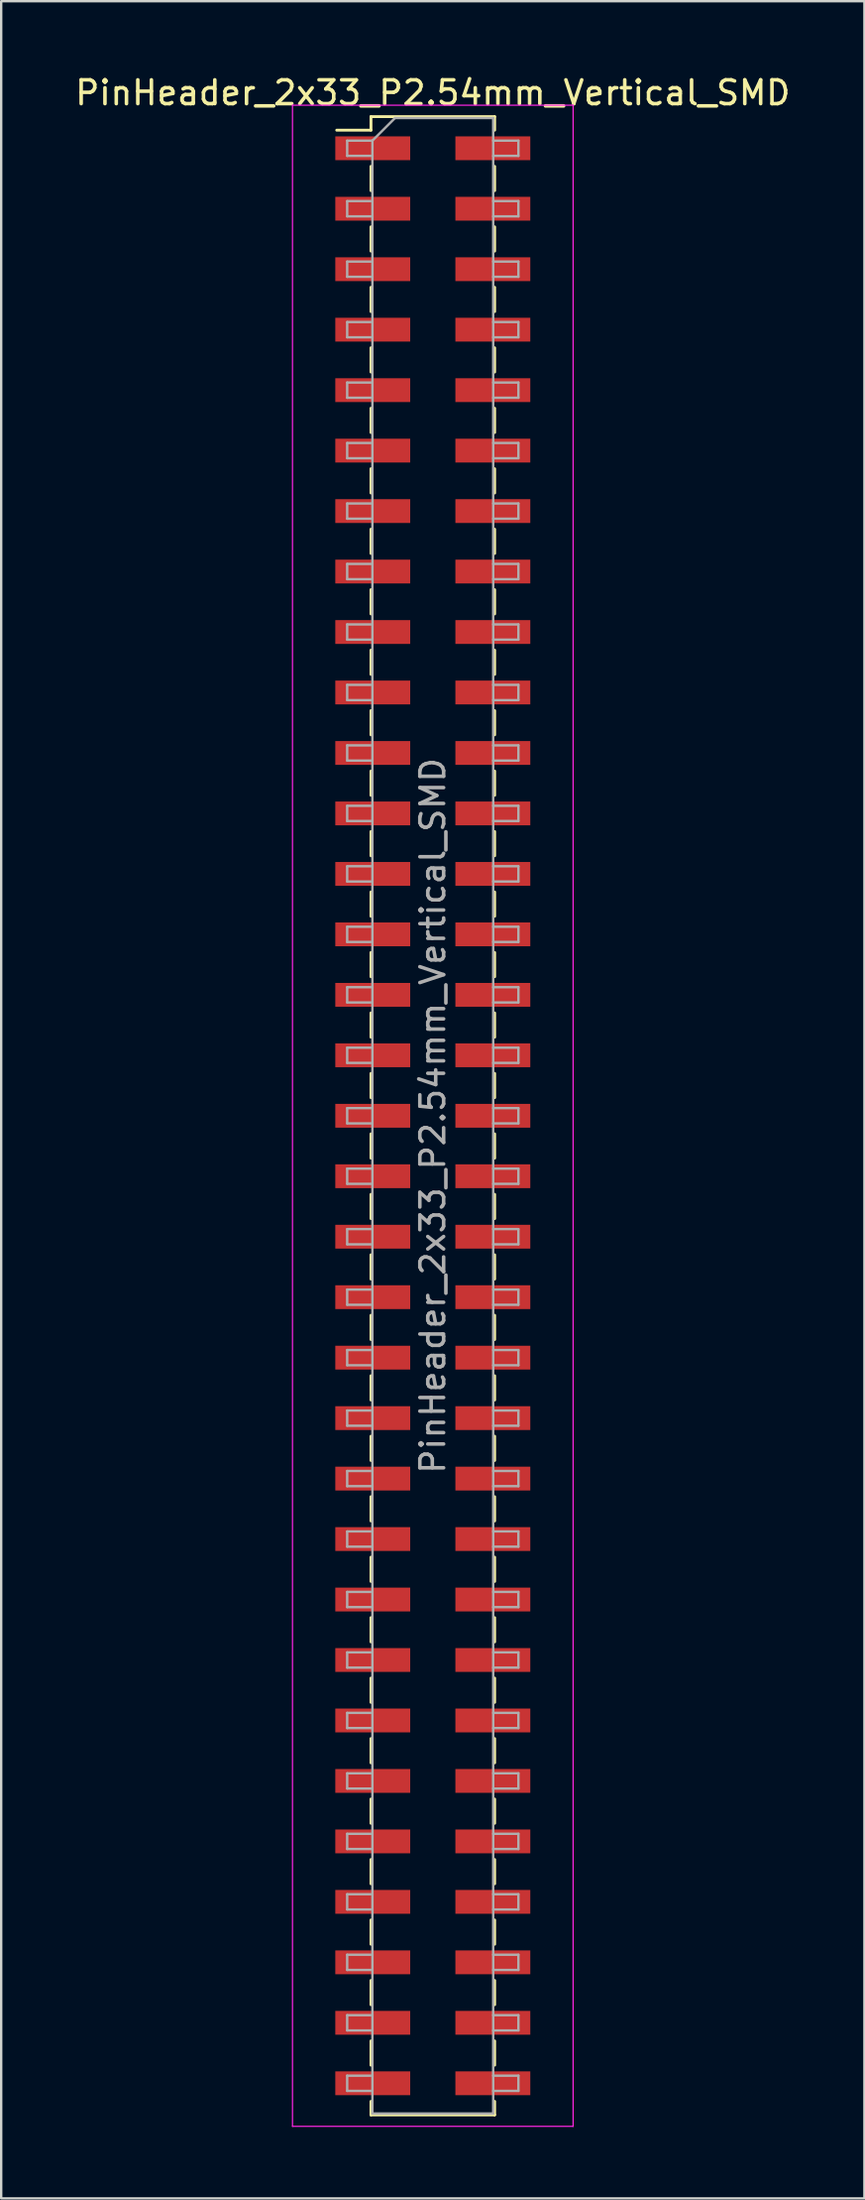
<source format=kicad_pcb>
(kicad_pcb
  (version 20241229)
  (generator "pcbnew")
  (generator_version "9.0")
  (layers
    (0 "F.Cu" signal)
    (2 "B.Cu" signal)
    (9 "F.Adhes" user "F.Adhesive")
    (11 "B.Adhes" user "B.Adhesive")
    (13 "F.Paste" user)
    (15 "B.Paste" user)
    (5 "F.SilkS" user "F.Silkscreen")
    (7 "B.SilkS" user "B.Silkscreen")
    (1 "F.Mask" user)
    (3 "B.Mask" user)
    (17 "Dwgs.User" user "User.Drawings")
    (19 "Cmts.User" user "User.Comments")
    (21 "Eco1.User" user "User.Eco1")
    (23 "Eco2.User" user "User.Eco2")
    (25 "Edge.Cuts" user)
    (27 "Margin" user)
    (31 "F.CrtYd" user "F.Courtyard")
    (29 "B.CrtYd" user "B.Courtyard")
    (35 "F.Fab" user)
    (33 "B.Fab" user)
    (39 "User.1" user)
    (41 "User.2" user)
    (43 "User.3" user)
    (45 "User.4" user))
  (footprint "PinHeader_2x33_P2.54mm_Vertical_SMD"
    (layer "F.Cu")
    (at 15.149 43.818)
    (property "Reference" "PinHeader_2x33_P2.54mm_Vertical_SMD" (at 0 -42.97 0) (layer "F.SilkS") (effects (font (size 1 1) (thickness 0.15))))
    (attr smd)
    (fp_line (start -4.04 -41.4) (end -2.6 -41.4) (stroke (width 0.12) (type solid)) (layer "F.SilkS"))
    (fp_line (start -2.6 -41.97) (end -2.6 -41.4) (stroke (width 0.12) (type solid)) (layer "F.SilkS"))
    (fp_line (start -2.6 -41.97) (end 2.6 -41.97) (stroke (width 0.12) (type solid)) (layer "F.SilkS"))
    (fp_line (start -2.6 -39.88) (end -2.6 -38.86) (stroke (width 0.12) (type solid)) (layer "F.SilkS"))
    (fp_line (start -2.6 -37.34) (end -2.6 -36.32) (stroke (width 0.12) (type solid)) (layer "F.SilkS"))
    (fp_line (start -2.6 -34.8) (end -2.6 -33.78) (stroke (width 0.12) (type solid)) (layer "F.SilkS"))
    (fp_line (start -2.6 -32.26) (end -2.6 -31.24) (stroke (width 0.12) (type solid)) (layer "F.SilkS"))
    (fp_line (start -2.6 -29.72) (end -2.6 -28.7) (stroke (width 0.12) (type solid)) (layer "F.SilkS"))
    (fp_line (start -2.6 -27.18) (end -2.6 -26.16) (stroke (width 0.12) (type solid)) (layer "F.SilkS"))
    (fp_line (start -2.6 -24.64) (end -2.6 -23.62) (stroke (width 0.12) (type solid)) (layer "F.SilkS"))
    (fp_line (start -2.6 -22.1) (end -2.6 -21.08) (stroke (width 0.12) (type solid)) (layer "F.SilkS"))
    (fp_line (start -2.6 -19.56) (end -2.6 -18.54) (stroke (width 0.12) (type solid)) (layer "F.SilkS"))
    (fp_line (start -2.6 -17.02) (end -2.6 -16) (stroke (width 0.12) (type solid)) (layer "F.SilkS"))
    (fp_line (start -2.6 -14.48) (end -2.6 -13.46) (stroke (width 0.12) (type solid)) (layer "F.SilkS"))
    (fp_line (start -2.6 -11.94) (end -2.6 -10.92) (stroke (width 0.12) (type solid)) (layer "F.SilkS"))
    (fp_line (start -2.6 -9.4) (end -2.6 -8.38) (stroke (width 0.12) (type solid)) (layer "F.SilkS"))
    (fp_line (start -2.6 -6.86) (end -2.6 -5.84) (stroke (width 0.12) (type solid)) (layer "F.SilkS"))
    (fp_line (start -2.6 -4.32) (end -2.6 -3.3) (stroke (width 0.12) (type solid)) (layer "F.SilkS"))
    (fp_line (start -2.6 -1.78) (end -2.6 -0.76) (stroke (width 0.12) (type solid)) (layer "F.SilkS"))
    (fp_line (start -2.6 0.76) (end -2.6 1.78) (stroke (width 0.12) (type solid)) (layer "F.SilkS"))
    (fp_line (start -2.6 3.3) (end -2.6 4.32) (stroke (width 0.12) (type solid)) (layer "F.SilkS"))
    (fp_line (start -2.6 5.84) (end -2.6 6.86) (stroke (width 0.12) (type solid)) (layer "F.SilkS"))
    (fp_line (start -2.6 8.38) (end -2.6 9.4) (stroke (width 0.12) (type solid)) (layer "F.SilkS"))
    (fp_line (start -2.6 10.92) (end -2.6 11.94) (stroke (width 0.12) (type solid)) (layer "F.SilkS"))
    (fp_line (start -2.6 13.46) (end -2.6 14.48) (stroke (width 0.12) (type solid)) (layer "F.SilkS"))
    (fp_line (start -2.6 16) (end -2.6 17.02) (stroke (width 0.12) (type solid)) (layer "F.SilkS"))
    (fp_line (start -2.6 18.54) (end -2.6 19.56) (stroke (width 0.12) (type solid)) (layer "F.SilkS"))
    (fp_line (start -2.6 21.08) (end -2.6 22.1) (stroke (width 0.12) (type solid)) (layer "F.SilkS"))
    (fp_line (start -2.6 23.62) (end -2.6 24.64) (stroke (width 0.12) (type solid)) (layer "F.SilkS"))
    (fp_line (start -2.6 26.16) (end -2.6 27.18) (stroke (width 0.12) (type solid)) (layer "F.SilkS"))
    (fp_line (start -2.6 28.7) (end -2.6 29.72) (stroke (width 0.12) (type solid)) (layer "F.SilkS"))
    (fp_line (start -2.6 31.24) (end -2.6 32.26) (stroke (width 0.12) (type solid)) (layer "F.SilkS"))
    (fp_line (start -2.6 33.78) (end -2.6 34.8) (stroke (width 0.12) (type solid)) (layer "F.SilkS"))
    (fp_line (start -2.6 36.32) (end -2.6 37.34) (stroke (width 0.12) (type solid)) (layer "F.SilkS"))
    (fp_line (start -2.6 38.86) (end -2.6 39.88) (stroke (width 0.12) (type solid)) (layer "F.SilkS"))
    (fp_line (start -2.6 41.4) (end -2.6 41.97) (stroke (width 0.12) (type solid)) (layer "F.SilkS"))
    (fp_line (start -2.6 41.97) (end 2.6 41.97) (stroke (width 0.12) (type solid)) (layer "F.SilkS"))
    (fp_line (start 2.6 -41.97) (end 2.6 -41.4) (stroke (width 0.12) (type solid)) (layer "F.SilkS"))
    (fp_line (start 2.6 -39.88) (end 2.6 -38.86) (stroke (width 0.12) (type solid)) (layer "F.SilkS"))
    (fp_line (start 2.6 -37.34) (end 2.6 -36.32) (stroke (width 0.12) (type solid)) (layer "F.SilkS"))
    (fp_line (start 2.6 -34.8) (end 2.6 -33.78) (stroke (width 0.12) (type solid)) (layer "F.SilkS"))
    (fp_line (start 2.6 -32.26) (end 2.6 -31.24) (stroke (width 0.12) (type solid)) (layer "F.SilkS"))
    (fp_line (start 2.6 -29.72) (end 2.6 -28.7) (stroke (width 0.12) (type solid)) (layer "F.SilkS"))
    (fp_line (start 2.6 -27.18) (end 2.6 -26.16) (stroke (width 0.12) (type solid)) (layer "F.SilkS"))
    (fp_line (start 2.6 -24.64) (end 2.6 -23.62) (stroke (width 0.12) (type solid)) (layer "F.SilkS"))
    (fp_line (start 2.6 -22.1) (end 2.6 -21.08) (stroke (width 0.12) (type solid)) (layer "F.SilkS"))
    (fp_line (start 2.6 -19.56) (end 2.6 -18.54) (stroke (width 0.12) (type solid)) (layer "F.SilkS"))
    (fp_line (start 2.6 -17.02) (end 2.6 -16) (stroke (width 0.12) (type solid)) (layer "F.SilkS"))
    (fp_line (start 2.6 -14.48) (end 2.6 -13.46) (stroke (width 0.12) (type solid)) (layer "F.SilkS"))
    (fp_line (start 2.6 -11.94) (end 2.6 -10.92) (stroke (width 0.12) (type solid)) (layer "F.SilkS"))
    (fp_line (start 2.6 -9.4) (end 2.6 -8.38) (stroke (width 0.12) (type solid)) (layer "F.SilkS"))
    (fp_line (start 2.6 -6.86) (end 2.6 -5.84) (stroke (width 0.12) (type solid)) (layer "F.SilkS"))
    (fp_line (start 2.6 -4.32) (end 2.6 -3.3) (stroke (width 0.12) (type solid)) (layer "F.SilkS"))
    (fp_line (start 2.6 -1.78) (end 2.6 -0.76) (stroke (width 0.12) (type solid)) (layer "F.SilkS"))
    (fp_line (start 2.6 0.76) (end 2.6 1.78) (stroke (width 0.12) (type solid)) (layer "F.SilkS"))
    (fp_line (start 2.6 3.3) (end 2.6 4.32) (stroke (width 0.12) (type solid)) (layer "F.SilkS"))
    (fp_line (start 2.6 5.84) (end 2.6 6.86) (stroke (width 0.12) (type solid)) (layer "F.SilkS"))
    (fp_line (start 2.6 8.38) (end 2.6 9.4) (stroke (width 0.12) (type solid)) (layer "F.SilkS"))
    (fp_line (start 2.6 10.92) (end 2.6 11.94) (stroke (width 0.12) (type solid)) (layer "F.SilkS"))
    (fp_line (start 2.6 13.46) (end 2.6 14.48) (stroke (width 0.12) (type solid)) (layer "F.SilkS"))
    (fp_line (start 2.6 16) (end 2.6 17.02) (stroke (width 0.12) (type solid)) (layer "F.SilkS"))
    (fp_line (start 2.6 18.54) (end 2.6 19.56) (stroke (width 0.12) (type solid)) (layer "F.SilkS"))
    (fp_line (start 2.6 21.08) (end 2.6 22.1) (stroke (width 0.12) (type solid)) (layer "F.SilkS"))
    (fp_line (start 2.6 23.62) (end 2.6 24.64) (stroke (width 0.12) (type solid)) (layer "F.SilkS"))
    (fp_line (start 2.6 26.16) (end 2.6 27.18) (stroke (width 0.12) (type solid)) (layer "F.SilkS"))
    (fp_line (start 2.6 28.7) (end 2.6 29.72) (stroke (width 0.12) (type solid)) (layer "F.SilkS"))
    (fp_line (start 2.6 31.24) (end 2.6 32.26) (stroke (width 0.12) (type solid)) (layer "F.SilkS"))
    (fp_line (start 2.6 33.78) (end 2.6 34.8) (stroke (width 0.12) (type solid)) (layer "F.SilkS"))
    (fp_line (start 2.6 36.32) (end 2.6 37.34) (stroke (width 0.12) (type solid)) (layer "F.SilkS"))
    (fp_line (start 2.6 38.86) (end 2.6 39.88) (stroke (width 0.12) (type solid)) (layer "F.SilkS"))
    (fp_line (start 2.6 41.4) (end 2.6 41.97) (stroke (width 0.12) (type solid)) (layer "F.SilkS"))
    (fp_line (start -5.9 -42.45) (end -5.9 42.45) (stroke (width 0.05) (type solid)) (layer "F.CrtYd"))
    (fp_line (start -5.9 42.45) (end 5.9 42.45) (stroke (width 0.05) (type solid)) (layer "F.CrtYd"))
    (fp_line (start 5.9 -42.45) (end -5.9 -42.45) (stroke (width 0.05) (type solid)) (layer "F.CrtYd"))
    (fp_line (start 5.9 42.45) (end 5.9 -42.45) (stroke (width 0.05) (type solid)) (layer "F.CrtYd"))
    (fp_line (start -3.6 -40.96) (end -3.6 -40.32) (stroke (width 0.1) (type solid)) (layer "F.Fab"))
    (fp_line (start -3.6 -40.32) (end -2.54 -40.32) (stroke (width 0.1) (type solid)) (layer "F.Fab"))
    (fp_line (start -3.6 -38.42) (end -3.6 -37.78) (stroke (width 0.1) (type solid)) (layer "F.Fab"))
    (fp_line (start -3.6 -37.78) (end -2.54 -37.78) (stroke (width 0.1) (type solid)) (layer "F.Fab"))
    (fp_line (start -3.6 -35.88) (end -3.6 -35.24) (stroke (width 0.1) (type solid)) (layer "F.Fab"))
    (fp_line (start -3.6 -35.24) (end -2.54 -35.24) (stroke (width 0.1) (type solid)) (layer "F.Fab"))
    (fp_line (start -3.6 -33.34) (end -3.6 -32.7) (stroke (width 0.1) (type solid)) (layer "F.Fab"))
    (fp_line (start -3.6 -32.7) (end -2.54 -32.7) (stroke (width 0.1) (type solid)) (layer "F.Fab"))
    (fp_line (start -3.6 -30.8) (end -3.6 -30.16) (stroke (width 0.1) (type solid)) (layer "F.Fab"))
    (fp_line (start -3.6 -30.16) (end -2.54 -30.16) (stroke (width 0.1) (type solid)) (layer "F.Fab"))
    (fp_line (start -3.6 -28.26) (end -3.6 -27.62) (stroke (width 0.1) (type solid)) (layer "F.Fab"))
    (fp_line (start -3.6 -27.62) (end -2.54 -27.62) (stroke (width 0.1) (type solid)) (layer "F.Fab"))
    (fp_line (start -3.6 -25.72) (end -3.6 -25.08) (stroke (width 0.1) (type solid)) (layer "F.Fab"))
    (fp_line (start -3.6 -25.08) (end -2.54 -25.08) (stroke (width 0.1) (type solid)) (layer "F.Fab"))
    (fp_line (start -3.6 -23.18) (end -3.6 -22.54) (stroke (width 0.1) (type solid)) (layer "F.Fab"))
    (fp_line (start -3.6 -22.54) (end -2.54 -22.54) (stroke (width 0.1) (type solid)) (layer "F.Fab"))
    (fp_line (start -3.6 -20.64) (end -3.6 -20) (stroke (width 0.1) (type solid)) (layer "F.Fab"))
    (fp_line (start -3.6 -20) (end -2.54 -20) (stroke (width 0.1) (type solid)) (layer "F.Fab"))
    (fp_line (start -3.6 -18.1) (end -3.6 -17.46) (stroke (width 0.1) (type solid)) (layer "F.Fab"))
    (fp_line (start -3.6 -17.46) (end -2.54 -17.46) (stroke (width 0.1) (type solid)) (layer "F.Fab"))
    (fp_line (start -3.6 -15.56) (end -3.6 -14.92) (stroke (width 0.1) (type solid)) (layer "F.Fab"))
    (fp_line (start -3.6 -14.92) (end -2.54 -14.92) (stroke (width 0.1) (type solid)) (layer "F.Fab"))
    (fp_line (start -3.6 -13.02) (end -3.6 -12.38) (stroke (width 0.1) (type solid)) (layer "F.Fab"))
    (fp_line (start -3.6 -12.38) (end -2.54 -12.38) (stroke (width 0.1) (type solid)) (layer "F.Fab"))
    (fp_line (start -3.6 -10.48) (end -3.6 -9.84) (stroke (width 0.1) (type solid)) (layer "F.Fab"))
    (fp_line (start -3.6 -9.84) (end -2.54 -9.84) (stroke (width 0.1) (type solid)) (layer "F.Fab"))
    (fp_line (start -3.6 -7.94) (end -3.6 -7.3) (stroke (width 0.1) (type solid)) (layer "F.Fab"))
    (fp_line (start -3.6 -7.3) (end -2.54 -7.3) (stroke (width 0.1) (type solid)) (layer "F.Fab"))
    (fp_line (start -3.6 -5.4) (end -3.6 -4.76) (stroke (width 0.1) (type solid)) (layer "F.Fab"))
    (fp_line (start -3.6 -4.76) (end -2.54 -4.76) (stroke (width 0.1) (type solid)) (layer "F.Fab"))
    (fp_line (start -3.6 -2.86) (end -3.6 -2.22) (stroke (width 0.1) (type solid)) (layer "F.Fab"))
    (fp_line (start -3.6 -2.22) (end -2.54 -2.22) (stroke (width 0.1) (type solid)) (layer "F.Fab"))
    (fp_line (start -3.6 -0.32) (end -3.6 0.32) (stroke (width 0.1) (type solid)) (layer "F.Fab"))
    (fp_line (start -3.6 0.32) (end -2.54 0.32) (stroke (width 0.1) (type solid)) (layer "F.Fab"))
    (fp_line (start -3.6 2.22) (end -3.6 2.86) (stroke (width 0.1) (type solid)) (layer "F.Fab"))
    (fp_line (start -3.6 2.86) (end -2.54 2.86) (stroke (width 0.1) (type solid)) (layer "F.Fab"))
    (fp_line (start -3.6 4.76) (end -3.6 5.4) (stroke (width 0.1) (type solid)) (layer "F.Fab"))
    (fp_line (start -3.6 5.4) (end -2.54 5.4) (stroke (width 0.1) (type solid)) (layer "F.Fab"))
    (fp_line (start -3.6 7.3) (end -3.6 7.94) (stroke (width 0.1) (type solid)) (layer "F.Fab"))
    (fp_line (start -3.6 7.94) (end -2.54 7.94) (stroke (width 0.1) (type solid)) (layer "F.Fab"))
    (fp_line (start -3.6 9.84) (end -3.6 10.48) (stroke (width 0.1) (type solid)) (layer "F.Fab"))
    (fp_line (start -3.6 10.48) (end -2.54 10.48) (stroke (width 0.1) (type solid)) (layer "F.Fab"))
    (fp_line (start -3.6 12.38) (end -3.6 13.02) (stroke (width 0.1) (type solid)) (layer "F.Fab"))
    (fp_line (start -3.6 13.02) (end -2.54 13.02) (stroke (width 0.1) (type solid)) (layer "F.Fab"))
    (fp_line (start -3.6 14.92) (end -3.6 15.56) (stroke (width 0.1) (type solid)) (layer "F.Fab"))
    (fp_line (start -3.6 15.56) (end -2.54 15.56) (stroke (width 0.1) (type solid)) (layer "F.Fab"))
    (fp_line (start -3.6 17.46) (end -3.6 18.1) (stroke (width 0.1) (type solid)) (layer "F.Fab"))
    (fp_line (start -3.6 18.1) (end -2.54 18.1) (stroke (width 0.1) (type solid)) (layer "F.Fab"))
    (fp_line (start -3.6 20) (end -3.6 20.64) (stroke (width 0.1) (type solid)) (layer "F.Fab"))
    (fp_line (start -3.6 20.64) (end -2.54 20.64) (stroke (width 0.1) (type solid)) (layer "F.Fab"))
    (fp_line (start -3.6 22.54) (end -3.6 23.18) (stroke (width 0.1) (type solid)) (layer "F.Fab"))
    (fp_line (start -3.6 23.18) (end -2.54 23.18) (stroke (width 0.1) (type solid)) (layer "F.Fab"))
    (fp_line (start -3.6 25.08) (end -3.6 25.72) (stroke (width 0.1) (type solid)) (layer "F.Fab"))
    (fp_line (start -3.6 25.72) (end -2.54 25.72) (stroke (width 0.1) (type solid)) (layer "F.Fab"))
    (fp_line (start -3.6 27.62) (end -3.6 28.26) (stroke (width 0.1) (type solid)) (layer "F.Fab"))
    (fp_line (start -3.6 28.26) (end -2.54 28.26) (stroke (width 0.1) (type solid)) (layer "F.Fab"))
    (fp_line (start -3.6 30.16) (end -3.6 30.8) (stroke (width 0.1) (type solid)) (layer "F.Fab"))
    (fp_line (start -3.6 30.8) (end -2.54 30.8) (stroke (width 0.1) (type solid)) (layer "F.Fab"))
    (fp_line (start -3.6 32.7) (end -3.6 33.34) (stroke (width 0.1) (type solid)) (layer "F.Fab"))
    (fp_line (start -3.6 33.34) (end -2.54 33.34) (stroke (width 0.1) (type solid)) (layer "F.Fab"))
    (fp_line (start -3.6 35.24) (end -3.6 35.88) (stroke (width 0.1) (type solid)) (layer "F.Fab"))
    (fp_line (start -3.6 35.88) (end -2.54 35.88) (stroke (width 0.1) (type solid)) (layer "F.Fab"))
    (fp_line (start -3.6 37.78) (end -3.6 38.42) (stroke (width 0.1) (type solid)) (layer "F.Fab"))
    (fp_line (start -3.6 38.42) (end -2.54 38.42) (stroke (width 0.1) (type solid)) (layer "F.Fab"))
    (fp_line (start -3.6 40.32) (end -3.6 40.96) (stroke (width 0.1) (type solid)) (layer "F.Fab"))
    (fp_line (start -3.6 40.96) (end -2.54 40.96) (stroke (width 0.1) (type solid)) (layer "F.Fab"))
    (fp_line (start -2.54 -40.96) (end -3.6 -40.96) (stroke (width 0.1) (type solid)) (layer "F.Fab"))
    (fp_line (start -2.54 -40.96) (end -1.59 -41.91) (stroke (width 0.1) (type solid)) (layer "F.Fab"))
    (fp_line (start -2.54 -38.42) (end -3.6 -38.42) (stroke (width 0.1) (type solid)) (layer "F.Fab"))
    (fp_line (start -2.54 -35.88) (end -3.6 -35.88) (stroke (width 0.1) (type solid)) (layer "F.Fab"))
    (fp_line (start -2.54 -33.34) (end -3.6 -33.34) (stroke (width 0.1) (type solid)) (layer "F.Fab"))
    (fp_line (start -2.54 -30.8) (end -3.6 -30.8) (stroke (width 0.1) (type solid)) (layer "F.Fab"))
    (fp_line (start -2.54 -28.26) (end -3.6 -28.26) (stroke (width 0.1) (type solid)) (layer "F.Fab"))
    (fp_line (start -2.54 -25.72) (end -3.6 -25.72) (stroke (width 0.1) (type solid)) (layer "F.Fab"))
    (fp_line (start -2.54 -23.18) (end -3.6 -23.18) (stroke (width 0.1) (type solid)) (layer "F.Fab"))
    (fp_line (start -2.54 -20.64) (end -3.6 -20.64) (stroke (width 0.1) (type solid)) (layer "F.Fab"))
    (fp_line (start -2.54 -18.1) (end -3.6 -18.1) (stroke (width 0.1) (type solid)) (layer "F.Fab"))
    (fp_line (start -2.54 -15.56) (end -3.6 -15.56) (stroke (width 0.1) (type solid)) (layer "F.Fab"))
    (fp_line (start -2.54 -13.02) (end -3.6 -13.02) (stroke (width 0.1) (type solid)) (layer "F.Fab"))
    (fp_line (start -2.54 -10.48) (end -3.6 -10.48) (stroke (width 0.1) (type solid)) (layer "F.Fab"))
    (fp_line (start -2.54 -7.94) (end -3.6 -7.94) (stroke (width 0.1) (type solid)) (layer "F.Fab"))
    (fp_line (start -2.54 -5.4) (end -3.6 -5.4) (stroke (width 0.1) (type solid)) (layer "F.Fab"))
    (fp_line (start -2.54 -2.86) (end -3.6 -2.86) (stroke (width 0.1) (type solid)) (layer "F.Fab"))
    (fp_line (start -2.54 -0.32) (end -3.6 -0.32) (stroke (width 0.1) (type solid)) (layer "F.Fab"))
    (fp_line (start -2.54 2.22) (end -3.6 2.22) (stroke (width 0.1) (type solid)) (layer "F.Fab"))
    (fp_line (start -2.54 4.76) (end -3.6 4.76) (stroke (width 0.1) (type solid)) (layer "F.Fab"))
    (fp_line (start -2.54 7.3) (end -3.6 7.3) (stroke (width 0.1) (type solid)) (layer "F.Fab"))
    (fp_line (start -2.54 9.84) (end -3.6 9.84) (stroke (width 0.1) (type solid)) (layer "F.Fab"))
    (fp_line (start -2.54 12.38) (end -3.6 12.38) (stroke (width 0.1) (type solid)) (layer "F.Fab"))
    (fp_line (start -2.54 14.92) (end -3.6 14.92) (stroke (width 0.1) (type solid)) (layer "F.Fab"))
    (fp_line (start -2.54 17.46) (end -3.6 17.46) (stroke (width 0.1) (type solid)) (layer "F.Fab"))
    (fp_line (start -2.54 20) (end -3.6 20) (stroke (width 0.1) (type solid)) (layer "F.Fab"))
    (fp_line (start -2.54 22.54) (end -3.6 22.54) (stroke (width 0.1) (type solid)) (layer "F.Fab"))
    (fp_line (start -2.54 25.08) (end -3.6 25.08) (stroke (width 0.1) (type solid)) (layer "F.Fab"))
    (fp_line (start -2.54 27.62) (end -3.6 27.62) (stroke (width 0.1) (type solid)) (layer "F.Fab"))
    (fp_line (start -2.54 30.16) (end -3.6 30.16) (stroke (width 0.1) (type solid)) (layer "F.Fab"))
    (fp_line (start -2.54 32.7) (end -3.6 32.7) (stroke (width 0.1) (type solid)) (layer "F.Fab"))
    (fp_line (start -2.54 35.24) (end -3.6 35.24) (stroke (width 0.1) (type solid)) (layer "F.Fab"))
    (fp_line (start -2.54 37.78) (end -3.6 37.78) (stroke (width 0.1) (type solid)) (layer "F.Fab"))
    (fp_line (start -2.54 40.32) (end -3.6 40.32) (stroke (width 0.1) (type solid)) (layer "F.Fab"))
    (fp_line (start -2.54 41.91) (end -2.54 -40.96) (stroke (width 0.1) (type solid)) (layer "F.Fab"))
    (fp_line (start -1.59 -41.91) (end 2.54 -41.91) (stroke (width 0.1) (type solid)) (layer "F.Fab"))
    (fp_line (start 2.54 -41.91) (end 2.54 41.91) (stroke (width 0.1) (type solid)) (layer "F.Fab"))
    (fp_line (start 2.54 -40.96) (end 3.6 -40.96) (stroke (width 0.1) (type solid)) (layer "F.Fab"))
    (fp_line (start 2.54 -38.42) (end 3.6 -38.42) (stroke (width 0.1) (type solid)) (layer "F.Fab"))
    (fp_line (start 2.54 -35.88) (end 3.6 -35.88) (stroke (width 0.1) (type solid)) (layer "F.Fab"))
    (fp_line (start 2.54 -33.34) (end 3.6 -33.34) (stroke (width 0.1) (type solid)) (layer "F.Fab"))
    (fp_line (start 2.54 -30.8) (end 3.6 -30.8) (stroke (width 0.1) (type solid)) (layer "F.Fab"))
    (fp_line (start 2.54 -28.26) (end 3.6 -28.26) (stroke (width 0.1) (type solid)) (layer "F.Fab"))
    (fp_line (start 2.54 -25.72) (end 3.6 -25.72) (stroke (width 0.1) (type solid)) (layer "F.Fab"))
    (fp_line (start 2.54 -23.18) (end 3.6 -23.18) (stroke (width 0.1) (type solid)) (layer "F.Fab"))
    (fp_line (start 2.54 -20.64) (end 3.6 -20.64) (stroke (width 0.1) (type solid)) (layer "F.Fab"))
    (fp_line (start 2.54 -18.1) (end 3.6 -18.1) (stroke (width 0.1) (type solid)) (layer "F.Fab"))
    (fp_line (start 2.54 -15.56) (end 3.6 -15.56) (stroke (width 0.1) (type solid)) (layer "F.Fab"))
    (fp_line (start 2.54 -13.02) (end 3.6 -13.02) (stroke (width 0.1) (type solid)) (layer "F.Fab"))
    (fp_line (start 2.54 -10.48) (end 3.6 -10.48) (stroke (width 0.1) (type solid)) (layer "F.Fab"))
    (fp_line (start 2.54 -7.94) (end 3.6 -7.94) (stroke (width 0.1) (type solid)) (layer "F.Fab"))
    (fp_line (start 2.54 -5.4) (end 3.6 -5.4) (stroke (width 0.1) (type solid)) (layer "F.Fab"))
    (fp_line (start 2.54 -2.86) (end 3.6 -2.86) (stroke (width 0.1) (type solid)) (layer "F.Fab"))
    (fp_line (start 2.54 -0.32) (end 3.6 -0.32) (stroke (width 0.1) (type solid)) (layer "F.Fab"))
    (fp_line (start 2.54 2.22) (end 3.6 2.22) (stroke (width 0.1) (type solid)) (layer "F.Fab"))
    (fp_line (start 2.54 4.76) (end 3.6 4.76) (stroke (width 0.1) (type solid)) (layer "F.Fab"))
    (fp_line (start 2.54 7.3) (end 3.6 7.3) (stroke (width 0.1) (type solid)) (layer "F.Fab"))
    (fp_line (start 2.54 9.84) (end 3.6 9.84) (stroke (width 0.1) (type solid)) (layer "F.Fab"))
    (fp_line (start 2.54 12.38) (end 3.6 12.38) (stroke (width 0.1) (type solid)) (layer "F.Fab"))
    (fp_line (start 2.54 14.92) (end 3.6 14.92) (stroke (width 0.1) (type solid)) (layer "F.Fab"))
    (fp_line (start 2.54 17.46) (end 3.6 17.46) (stroke (width 0.1) (type solid)) (layer "F.Fab"))
    (fp_line (start 2.54 20) (end 3.6 20) (stroke (width 0.1) (type solid)) (layer "F.Fab"))
    (fp_line (start 2.54 22.54) (end 3.6 22.54) (stroke (width 0.1) (type solid)) (layer "F.Fab"))
    (fp_line (start 2.54 25.08) (end 3.6 25.08) (stroke (width 0.1) (type solid)) (layer "F.Fab"))
    (fp_line (start 2.54 27.62) (end 3.6 27.62) (stroke (width 0.1) (type solid)) (layer "F.Fab"))
    (fp_line (start 2.54 30.16) (end 3.6 30.16) (stroke (width 0.1) (type solid)) (layer "F.Fab"))
    (fp_line (start 2.54 32.7) (end 3.6 32.7) (stroke (width 0.1) (type solid)) (layer "F.Fab"))
    (fp_line (start 2.54 35.24) (end 3.6 35.24) (stroke (width 0.1) (type solid)) (layer "F.Fab"))
    (fp_line (start 2.54 37.78) (end 3.6 37.78) (stroke (width 0.1) (type solid)) (layer "F.Fab"))
    (fp_line (start 2.54 40.32) (end 3.6 40.32) (stroke (width 0.1) (type solid)) (layer "F.Fab"))
    (fp_line (start 2.54 41.91) (end -2.54 41.91) (stroke (width 0.1) (type solid)) (layer "F.Fab"))
    (fp_line (start 3.6 -40.96) (end 3.6 -40.32) (stroke (width 0.1) (type solid)) (layer "F.Fab"))
    (fp_line (start 3.6 -40.32) (end 2.54 -40.32) (stroke (width 0.1) (type solid)) (layer "F.Fab"))
    (fp_line (start 3.6 -38.42) (end 3.6 -37.78) (stroke (width 0.1) (type solid)) (layer "F.Fab"))
    (fp_line (start 3.6 -37.78) (end 2.54 -37.78) (stroke (width 0.1) (type solid)) (layer "F.Fab"))
    (fp_line (start 3.6 -35.88) (end 3.6 -35.24) (stroke (width 0.1) (type solid)) (layer "F.Fab"))
    (fp_line (start 3.6 -35.24) (end 2.54 -35.24) (stroke (width 0.1) (type solid)) (layer "F.Fab"))
    (fp_line (start 3.6 -33.34) (end 3.6 -32.7) (stroke (width 0.1) (type solid)) (layer "F.Fab"))
    (fp_line (start 3.6 -32.7) (end 2.54 -32.7) (stroke (width 0.1) (type solid)) (layer "F.Fab"))
    (fp_line (start 3.6 -30.8) (end 3.6 -30.16) (stroke (width 0.1) (type solid)) (layer "F.Fab"))
    (fp_line (start 3.6 -30.16) (end 2.54 -30.16) (stroke (width 0.1) (type solid)) (layer "F.Fab"))
    (fp_line (start 3.6 -28.26) (end 3.6 -27.62) (stroke (width 0.1) (type solid)) (layer "F.Fab"))
    (fp_line (start 3.6 -27.62) (end 2.54 -27.62) (stroke (width 0.1) (type solid)) (layer "F.Fab"))
    (fp_line (start 3.6 -25.72) (end 3.6 -25.08) (stroke (width 0.1) (type solid)) (layer "F.Fab"))
    (fp_line (start 3.6 -25.08) (end 2.54 -25.08) (stroke (width 0.1) (type solid)) (layer "F.Fab"))
    (fp_line (start 3.6 -23.18) (end 3.6 -22.54) (stroke (width 0.1) (type solid)) (layer "F.Fab"))
    (fp_line (start 3.6 -22.54) (end 2.54 -22.54) (stroke (width 0.1) (type solid)) (layer "F.Fab"))
    (fp_line (start 3.6 -20.64) (end 3.6 -20) (stroke (width 0.1) (type solid)) (layer "F.Fab"))
    (fp_line (start 3.6 -20) (end 2.54 -20) (stroke (width 0.1) (type solid)) (layer "F.Fab"))
    (fp_line (start 3.6 -18.1) (end 3.6 -17.46) (stroke (width 0.1) (type solid)) (layer "F.Fab"))
    (fp_line (start 3.6 -17.46) (end 2.54 -17.46) (stroke (width 0.1) (type solid)) (layer "F.Fab"))
    (fp_line (start 3.6 -15.56) (end 3.6 -14.92) (stroke (width 0.1) (type solid)) (layer "F.Fab"))
    (fp_line (start 3.6 -14.92) (end 2.54 -14.92) (stroke (width 0.1) (type solid)) (layer "F.Fab"))
    (fp_line (start 3.6 -13.02) (end 3.6 -12.38) (stroke (width 0.1) (type solid)) (layer "F.Fab"))
    (fp_line (start 3.6 -12.38) (end 2.54 -12.38) (stroke (width 0.1) (type solid)) (layer "F.Fab"))
    (fp_line (start 3.6 -10.48) (end 3.6 -9.84) (stroke (width 0.1) (type solid)) (layer "F.Fab"))
    (fp_line (start 3.6 -9.84) (end 2.54 -9.84) (stroke (width 0.1) (type solid)) (layer "F.Fab"))
    (fp_line (start 3.6 -7.94) (end 3.6 -7.3) (stroke (width 0.1) (type solid)) (layer "F.Fab"))
    (fp_line (start 3.6 -7.3) (end 2.54 -7.3) (stroke (width 0.1) (type solid)) (layer "F.Fab"))
    (fp_line (start 3.6 -5.4) (end 3.6 -4.76) (stroke (width 0.1) (type solid)) (layer "F.Fab"))
    (fp_line (start 3.6 -4.76) (end 2.54 -4.76) (stroke (width 0.1) (type solid)) (layer "F.Fab"))
    (fp_line (start 3.6 -2.86) (end 3.6 -2.22) (stroke (width 0.1) (type solid)) (layer "F.Fab"))
    (fp_line (start 3.6 -2.22) (end 2.54 -2.22) (stroke (width 0.1) (type solid)) (layer "F.Fab"))
    (fp_line (start 3.6 -0.32) (end 3.6 0.32) (stroke (width 0.1) (type solid)) (layer "F.Fab"))
    (fp_line (start 3.6 0.32) (end 2.54 0.32) (stroke (width 0.1) (type solid)) (layer "F.Fab"))
    (fp_line (start 3.6 2.22) (end 3.6 2.86) (stroke (width 0.1) (type solid)) (layer "F.Fab"))
    (fp_line (start 3.6 2.86) (end 2.54 2.86) (stroke (width 0.1) (type solid)) (layer "F.Fab"))
    (fp_line (start 3.6 4.76) (end 3.6 5.4) (stroke (width 0.1) (type solid)) (layer "F.Fab"))
    (fp_line (start 3.6 5.4) (end 2.54 5.4) (stroke (width 0.1) (type solid)) (layer "F.Fab"))
    (fp_line (start 3.6 7.3) (end 3.6 7.94) (stroke (width 0.1) (type solid)) (layer "F.Fab"))
    (fp_line (start 3.6 7.94) (end 2.54 7.94) (stroke (width 0.1) (type solid)) (layer "F.Fab"))
    (fp_line (start 3.6 9.84) (end 3.6 10.48) (stroke (width 0.1) (type solid)) (layer "F.Fab"))
    (fp_line (start 3.6 10.48) (end 2.54 10.48) (stroke (width 0.1) (type solid)) (layer "F.Fab"))
    (fp_line (start 3.6 12.38) (end 3.6 13.02) (stroke (width 0.1) (type solid)) (layer "F.Fab"))
    (fp_line (start 3.6 13.02) (end 2.54 13.02) (stroke (width 0.1) (type solid)) (layer "F.Fab"))
    (fp_line (start 3.6 14.92) (end 3.6 15.56) (stroke (width 0.1) (type solid)) (layer "F.Fab"))
    (fp_line (start 3.6 15.56) (end 2.54 15.56) (stroke (width 0.1) (type solid)) (layer "F.Fab"))
    (fp_line (start 3.6 17.46) (end 3.6 18.1) (stroke (width 0.1) (type solid)) (layer "F.Fab"))
    (fp_line (start 3.6 18.1) (end 2.54 18.1) (stroke (width 0.1) (type solid)) (layer "F.Fab"))
    (fp_line (start 3.6 20) (end 3.6 20.64) (stroke (width 0.1) (type solid)) (layer "F.Fab"))
    (fp_line (start 3.6 20.64) (end 2.54 20.64) (stroke (width 0.1) (type solid)) (layer "F.Fab"))
    (fp_line (start 3.6 22.54) (end 3.6 23.18) (stroke (width 0.1) (type solid)) (layer "F.Fab"))
    (fp_line (start 3.6 23.18) (end 2.54 23.18) (stroke (width 0.1) (type solid)) (layer "F.Fab"))
    (fp_line (start 3.6 25.08) (end 3.6 25.72) (stroke (width 0.1) (type solid)) (layer "F.Fab"))
    (fp_line (start 3.6 25.72) (end 2.54 25.72) (stroke (width 0.1) (type solid)) (layer "F.Fab"))
    (fp_line (start 3.6 27.62) (end 3.6 28.26) (stroke (width 0.1) (type solid)) (layer "F.Fab"))
    (fp_line (start 3.6 28.26) (end 2.54 28.26) (stroke (width 0.1) (type solid)) (layer "F.Fab"))
    (fp_line (start 3.6 30.16) (end 3.6 30.8) (stroke (width 0.1) (type solid)) (layer "F.Fab"))
    (fp_line (start 3.6 30.8) (end 2.54 30.8) (stroke (width 0.1) (type solid)) (layer "F.Fab"))
    (fp_line (start 3.6 32.7) (end 3.6 33.34) (stroke (width 0.1) (type solid)) (layer "F.Fab"))
    (fp_line (start 3.6 33.34) (end 2.54 33.34) (stroke (width 0.1) (type solid)) (layer "F.Fab"))
    (fp_line (start 3.6 35.24) (end 3.6 35.88) (stroke (width 0.1) (type solid)) (layer "F.Fab"))
    (fp_line (start 3.6 35.88) (end 2.54 35.88) (stroke (width 0.1) (type solid)) (layer "F.Fab"))
    (fp_line (start 3.6 37.78) (end 3.6 38.42) (stroke (width 0.1) (type solid)) (layer "F.Fab"))
    (fp_line (start 3.6 38.42) (end 2.54 38.42) (stroke (width 0.1) (type solid)) (layer "F.Fab"))
    (fp_line (start 3.6 40.32) (end 3.6 40.96) (stroke (width 0.1) (type solid)) (layer "F.Fab"))
    (fp_line (start 3.6 40.96) (end 2.54 40.96) (stroke (width 0.1) (type solid)) (layer "F.Fab"))
    (fp_text user "${REFERENCE}" (at 0 0 90) (layer "F.Fab") (effects (font (size 1 1) (thickness 0.15))))
    (pad "1" smd rect (at -2.525 -40.64) (size 3.15 1) (layers "F.Cu" "F.Mask" "F.Paste"))
    (pad "2" smd rect (at 2.525 -40.64) (size 3.15 1) (layers "F.Cu" "F.Mask" "F.Paste"))
    (pad "3" smd rect (at -2.525 -38.1) (size 3.15 1) (layers "F.Cu" "F.Mask" "F.Paste"))
    (pad "4" smd rect (at 2.525 -38.1) (size 3.15 1) (layers "F.Cu" "F.Mask" "F.Paste"))
    (pad "5" smd rect (at -2.525 -35.56) (size 3.15 1) (layers "F.Cu" "F.Mask" "F.Paste"))
    (pad "6" smd rect (at 2.525 -35.56) (size 3.15 1) (layers "F.Cu" "F.Mask" "F.Paste"))
    (pad "7" smd rect (at -2.525 -33.02) (size 3.15 1) (layers "F.Cu" "F.Mask" "F.Paste"))
    (pad "8" smd rect (at 2.525 -33.02) (size 3.15 1) (layers "F.Cu" "F.Mask" "F.Paste"))
    (pad "9" smd rect (at -2.525 -30.48) (size 3.15 1) (layers "F.Cu" "F.Mask" "F.Paste"))
    (pad "10" smd rect (at 2.525 -30.48) (size 3.15 1) (layers "F.Cu" "F.Mask" "F.Paste"))
    (pad "11" smd rect (at -2.525 -27.94) (size 3.15 1) (layers "F.Cu" "F.Mask" "F.Paste"))
    (pad "12" smd rect (at 2.525 -27.94) (size 3.15 1) (layers "F.Cu" "F.Mask" "F.Paste"))
    (pad "13" smd rect (at -2.525 -25.4) (size 3.15 1) (layers "F.Cu" "F.Mask" "F.Paste"))
    (pad "14" smd rect (at 2.525 -25.4) (size 3.15 1) (layers "F.Cu" "F.Mask" "F.Paste"))
    (pad "15" smd rect (at -2.525 -22.86) (size 3.15 1) (layers "F.Cu" "F.Mask" "F.Paste"))
    (pad "16" smd rect (at 2.525 -22.86) (size 3.15 1) (layers "F.Cu" "F.Mask" "F.Paste"))
    (pad "17" smd rect (at -2.525 -20.32) (size 3.15 1) (layers "F.Cu" "F.Mask" "F.Paste"))
    (pad "18" smd rect (at 2.525 -20.32) (size 3.15 1) (layers "F.Cu" "F.Mask" "F.Paste"))
    (pad "19" smd rect (at -2.525 -17.78) (size 3.15 1) (layers "F.Cu" "F.Mask" "F.Paste"))
    (pad "20" smd rect (at 2.525 -17.78) (size 3.15 1) (layers "F.Cu" "F.Mask" "F.Paste"))
    (pad "21" smd rect (at -2.525 -15.24) (size 3.15 1) (layers "F.Cu" "F.Mask" "F.Paste"))
    (pad "22" smd rect (at 2.525 -15.24) (size 3.15 1) (layers "F.Cu" "F.Mask" "F.Paste"))
    (pad "23" smd rect (at -2.525 -12.7) (size 3.15 1) (layers "F.Cu" "F.Mask" "F.Paste"))
    (pad "24" smd rect (at 2.525 -12.7) (size 3.15 1) (layers "F.Cu" "F.Mask" "F.Paste"))
    (pad "25" smd rect (at -2.525 -10.16) (size 3.15 1) (layers "F.Cu" "F.Mask" "F.Paste"))
    (pad "26" smd rect (at 2.525 -10.16) (size 3.15 1) (layers "F.Cu" "F.Mask" "F.Paste"))
    (pad "27" smd rect (at -2.525 -7.62) (size 3.15 1) (layers "F.Cu" "F.Mask" "F.Paste"))
    (pad "28" smd rect (at 2.525 -7.62) (size 3.15 1) (layers "F.Cu" "F.Mask" "F.Paste"))
    (pad "29" smd rect (at -2.525 -5.08) (size 3.15 1) (layers "F.Cu" "F.Mask" "F.Paste"))
    (pad "30" smd rect (at 2.525 -5.08) (size 3.15 1) (layers "F.Cu" "F.Mask" "F.Paste"))
    (pad "31" smd rect (at -2.525 -2.54) (size 3.15 1) (layers "F.Cu" "F.Mask" "F.Paste"))
    (pad "32" smd rect (at 2.525 -2.54) (size 3.15 1) (layers "F.Cu" "F.Mask" "F.Paste"))
    (pad "33" smd rect (at -2.525 0) (size 3.15 1) (layers "F.Cu" "F.Mask" "F.Paste"))
    (pad "34" smd rect (at 2.525 0) (size 3.15 1) (layers "F.Cu" "F.Mask" "F.Paste"))
    (pad "35" smd rect (at -2.525 2.54) (size 3.15 1) (layers "F.Cu" "F.Mask" "F.Paste"))
    (pad "36" smd rect (at 2.525 2.54) (size 3.15 1) (layers "F.Cu" "F.Mask" "F.Paste"))
    (pad "37" smd rect (at -2.525 5.08) (size 3.15 1) (layers "F.Cu" "F.Mask" "F.Paste"))
    (pad "38" smd rect (at 2.525 5.08) (size 3.15 1) (layers "F.Cu" "F.Mask" "F.Paste"))
    (pad "39" smd rect (at -2.525 7.62) (size 3.15 1) (layers "F.Cu" "F.Mask" "F.Paste"))
    (pad "40" smd rect (at 2.525 7.62) (size 3.15 1) (layers "F.Cu" "F.Mask" "F.Paste"))
    (pad "41" smd rect (at -2.525 10.16) (size 3.15 1) (layers "F.Cu" "F.Mask" "F.Paste"))
    (pad "42" smd rect (at 2.525 10.16) (size 3.15 1) (layers "F.Cu" "F.Mask" "F.Paste"))
    (pad "43" smd rect (at -2.525 12.7) (size 3.15 1) (layers "F.Cu" "F.Mask" "F.Paste"))
    (pad "44" smd rect (at 2.525 12.7) (size 3.15 1) (layers "F.Cu" "F.Mask" "F.Paste"))
    (pad "45" smd rect (at -2.525 15.24) (size 3.15 1) (layers "F.Cu" "F.Mask" "F.Paste"))
    (pad "46" smd rect (at 2.525 15.24) (size 3.15 1) (layers "F.Cu" "F.Mask" "F.Paste"))
    (pad "47" smd rect (at -2.525 17.78) (size 3.15 1) (layers "F.Cu" "F.Mask" "F.Paste"))
    (pad "48" smd rect (at 2.525 17.78) (size 3.15 1) (layers "F.Cu" "F.Mask" "F.Paste"))
    (pad "49" smd rect (at -2.525 20.32) (size 3.15 1) (layers "F.Cu" "F.Mask" "F.Paste"))
    (pad "50" smd rect (at 2.525 20.32) (size 3.15 1) (layers "F.Cu" "F.Mask" "F.Paste"))
    (pad "51" smd rect (at -2.525 22.86) (size 3.15 1) (layers "F.Cu" "F.Mask" "F.Paste"))
    (pad "52" smd rect (at 2.525 22.86) (size 3.15 1) (layers "F.Cu" "F.Mask" "F.Paste"))
    (pad "53" smd rect (at -2.525 25.4) (size 3.15 1) (layers "F.Cu" "F.Mask" "F.Paste"))
    (pad "54" smd rect (at 2.525 25.4) (size 3.15 1) (layers "F.Cu" "F.Mask" "F.Paste"))
    (pad "55" smd rect (at -2.525 27.94) (size 3.15 1) (layers "F.Cu" "F.Mask" "F.Paste"))
    (pad "56" smd rect (at 2.525 27.94) (size 3.15 1) (layers "F.Cu" "F.Mask" "F.Paste"))
    (pad "57" smd rect (at -2.525 30.48) (size 3.15 1) (layers "F.Cu" "F.Mask" "F.Paste"))
    (pad "58" smd rect (at 2.525 30.48) (size 3.15 1) (layers "F.Cu" "F.Mask" "F.Paste"))
    (pad "59" smd rect (at -2.525 33.02) (size 3.15 1) (layers "F.Cu" "F.Mask" "F.Paste"))
    (pad "60" smd rect (at 2.525 33.02) (size 3.15 1) (layers "F.Cu" "F.Mask" "F.Paste"))
    (pad "61" smd rect (at -2.525 35.56) (size 3.15 1) (layers "F.Cu" "F.Mask" "F.Paste"))
    (pad "62" smd rect (at 2.525 35.56) (size 3.15 1) (layers "F.Cu" "F.Mask" "F.Paste"))
    (pad "63" smd rect (at -2.525 38.1) (size 3.15 1) (layers "F.Cu" "F.Mask" "F.Paste"))
    (pad "64" smd rect (at 2.525 38.1) (size 3.15 1) (layers "F.Cu" "F.Mask" "F.Paste"))
    (pad "65" smd rect (at -2.525 40.64) (size 3.15 1) (layers "F.Cu" "F.Mask" "F.Paste"))
    (pad "66" smd rect (at 2.525 40.64) (size 3.15 1) (layers "F.Cu" "F.Mask" "F.Paste")))
  (gr_rect
    (start -3 -3)
    (end 33.298 89.293)
    (stroke (width 0.1) (type default))
    (fill no)
    (layer "Edge.Cuts")))
</source>
